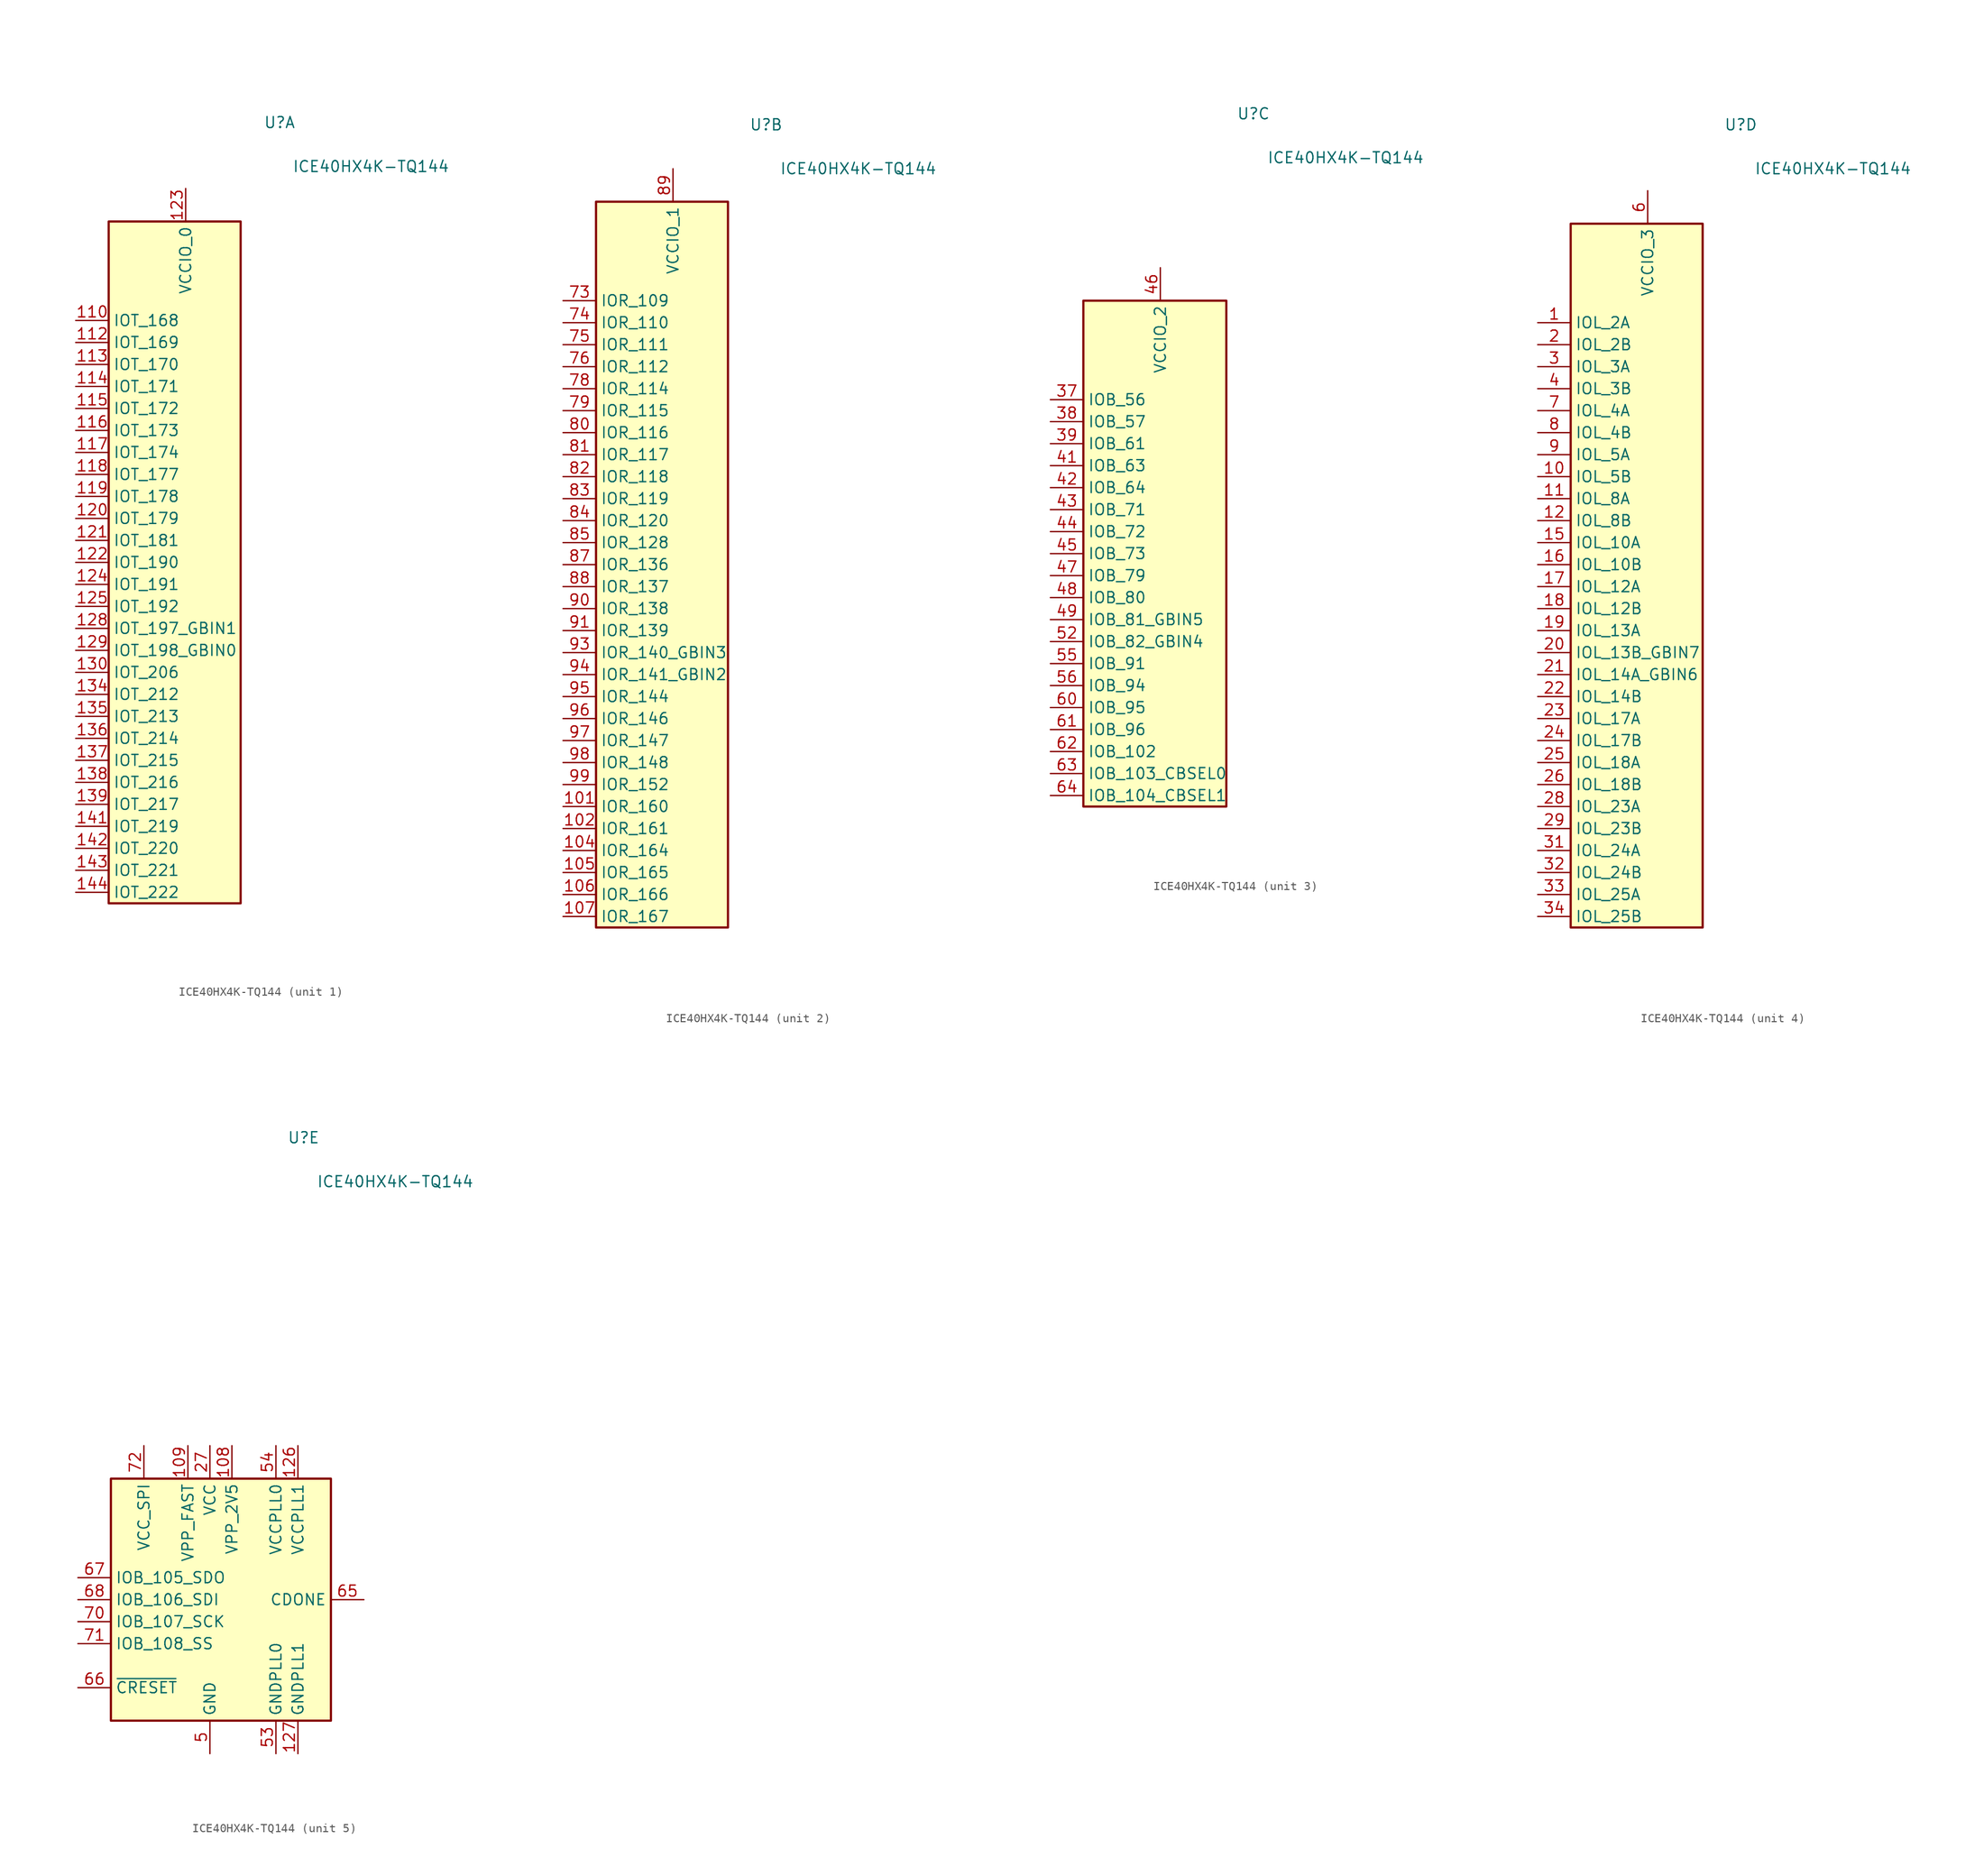
<source format=kicad_sym>
(kicad_symbol_lib
  (version 20211014)
  (generator kicad_symbol_editor)
  (symbol "ICE40HX4K-TQ144"
    (property "Reference" "U"
      (at 12.7 53.34 0)
      (effects (font (size 1.27 1.27)) (justify right)))
    (property "Value" "ICE40HX4K-TQ144"
      (at 30.48 48.26 0)
      (effects (font (size 1.27 1.27)) (justify right)))
    (property "ki_locked" ""
      (at 0 0 0)
      (effects (font (size 1.27 1.27))))
    (symbol "ICE40HX4K-TQ144_1_1"
      (rectangle (start -8.89 41.91) (end 6.35 -36.83) (stroke (width 0.254) (type default) (color 0 0 0 0)) (fill (type background)))
      (pin bidirectional line (at -12.7 30.48 0) (length 3.81) (name "IOT_168" (effects (font (size 1.27 1.27)))) (number "110" (effects (font (size 1.27 1.27)))))
      (pin bidirectional line (at -12.7 27.94 0) (length 3.81) (name "IOT_169" (effects (font (size 1.27 1.27)))) (number "112" (effects (font (size 1.27 1.27)))))
      (pin bidirectional line (at -12.7 25.4 0) (length 3.81) (name "IOT_170" (effects (font (size 1.27 1.27)))) (number "113" (effects (font (size 1.27 1.27)))))
      (pin bidirectional line (at -12.7 22.86 0) (length 3.81) (name "IOT_171" (effects (font (size 1.27 1.27)))) (number "114" (effects (font (size 1.27 1.27)))))
      (pin bidirectional line (at -12.7 20.32 0) (length 3.81) (name "IOT_172" (effects (font (size 1.27 1.27)))) (number "115" (effects (font (size 1.27 1.27)))))
      (pin bidirectional line (at -12.7 17.78 0) (length 3.81) (name "IOT_173" (effects (font (size 1.27 1.27)))) (number "116" (effects (font (size 1.27 1.27)))))
      (pin bidirectional line (at -12.7 15.24 0) (length 3.81) (name "IOT_174" (effects (font (size 1.27 1.27)))) (number "117" (effects (font (size 1.27 1.27)))))
      (pin bidirectional line (at -12.7 12.7 0) (length 3.81) (name "IOT_177" (effects (font (size 1.27 1.27)))) (number "118" (effects (font (size 1.27 1.27)))))
      (pin bidirectional line (at -12.7 10.16 0) (length 3.81) (name "IOT_178" (effects (font (size 1.27 1.27)))) (number "119" (effects (font (size 1.27 1.27)))))
      (pin bidirectional line (at -12.7 7.62 0) (length 3.81) (name "IOT_179" (effects (font (size 1.27 1.27)))) (number "120" (effects (font (size 1.27 1.27)))))
      (pin bidirectional line (at -12.7 5.08 0) (length 3.81) (name "IOT_181" (effects (font (size 1.27 1.27)))) (number "121" (effects (font (size 1.27 1.27)))))
      (pin bidirectional line (at -12.7 2.54 0) (length 3.81) (name "IOT_190" (effects (font (size 1.27 1.27)))) (number "122" (effects (font (size 1.27 1.27)))))
      (pin power_in line (at 0 45.72 270) (length 3.81) (name "VCCIO_0" (effects (font (size 1.27 1.27)))) (number "123" (effects (font (size 1.27 1.27)))))
      (pin bidirectional line (at -12.7 0 0) (length 3.81) (name "IOT_191" (effects (font (size 1.27 1.27)))) (number "124" (effects (font (size 1.27 1.27)))))
      (pin bidirectional line (at -12.7 -2.54 0) (length 3.81) (name "IOT_192" (effects (font (size 1.27 1.27)))) (number "125" (effects (font (size 1.27 1.27)))))
      (pin bidirectional line (at -12.7 -5.08 0) (length 3.81) (name "IOT_197_GBIN1" (effects (font (size 1.27 1.27)))) (number "128" (effects (font (size 1.27 1.27)))))
      (pin bidirectional line (at -12.7 -7.62 0) (length 3.81) (name "IOT_198_GBIN0" (effects (font (size 1.27 1.27)))) (number "129" (effects (font (size 1.27 1.27)))))
      (pin bidirectional line (at -12.7 -10.16 0) (length 3.81) (name "IOT_206" (effects (font (size 1.27 1.27)))) (number "130" (effects (font (size 1.27 1.27)))))
      (pin passive line (at 0 45.72 270) (length 3.81) hide (name "VCCIO_0" (effects (font (size 1.27 1.27)))) (number "131" (effects (font (size 1.27 1.27)))))
      (pin bidirectional line (at -12.7 -12.7 0) (length 3.81) (name "IOT_212" (effects (font (size 1.27 1.27)))) (number "134" (effects (font (size 1.27 1.27)))))
      (pin bidirectional line (at -12.7 -15.24 0) (length 3.81) (name "IOT_213" (effects (font (size 1.27 1.27)))) (number "135" (effects (font (size 1.27 1.27)))))
      (pin bidirectional line (at -12.7 -17.78 0) (length 3.81) (name "IOT_214" (effects (font (size 1.27 1.27)))) (number "136" (effects (font (size 1.27 1.27)))))
      (pin bidirectional line (at -12.7 -20.32 0) (length 3.81) (name "IOT_215" (effects (font (size 1.27 1.27)))) (number "137" (effects (font (size 1.27 1.27)))))
      (pin bidirectional line (at -12.7 -22.86 0) (length 3.81) (name "IOT_216" (effects (font (size 1.27 1.27)))) (number "138" (effects (font (size 1.27 1.27)))))
      (pin bidirectional line (at -12.7 -25.4 0) (length 3.81) (name "IOT_217" (effects (font (size 1.27 1.27)))) (number "139" (effects (font (size 1.27 1.27)))))
      (pin bidirectional line (at -12.7 -27.94 0) (length 3.81) (name "IOT_219" (effects (font (size 1.27 1.27)))) (number "141" (effects (font (size 1.27 1.27)))))
      (pin bidirectional line (at -12.7 -30.48 0) (length 3.81) (name "IOT_220" (effects (font (size 1.27 1.27)))) (number "142" (effects (font (size 1.27 1.27)))))
      (pin bidirectional line (at -12.7 -33.02 0) (length 3.81) (name "IOT_221" (effects (font (size 1.27 1.27)))) (number "143" (effects (font (size 1.27 1.27)))))
      (pin bidirectional line (at -12.7 -35.56 0) (length 3.81) (name "IOT_222" (effects (font (size 1.27 1.27)))) (number "144" (effects (font (size 1.27 1.27))))))
    (symbol "ICE40HX4K-TQ144_2_1"
      (rectangle (start -8.89 44.45) (end 6.35 -39.37) (stroke (width 0.254) (type default) (color 0 0 0 0)) (fill (type background)))
      (pin passive line (at 0 48.26 270) (length 3.81) hide (name "VCCIO_1" (effects (font (size 1.27 1.27)))) (number "100" (effects (font (size 1.27 1.27)))))
      (pin bidirectional line (at -12.7 -25.4 0) (length 3.81) (name "IOR_160" (effects (font (size 1.27 1.27)))) (number "101" (effects (font (size 1.27 1.27)))))
      (pin bidirectional line (at -12.7 -27.94 0) (length 3.81) (name "IOR_161" (effects (font (size 1.27 1.27)))) (number "102" (effects (font (size 1.27 1.27)))))
      (pin bidirectional line (at -12.7 -30.48 0) (length 3.81) (name "IOR_164" (effects (font (size 1.27 1.27)))) (number "104" (effects (font (size 1.27 1.27)))))
      (pin bidirectional line (at -12.7 -33.02 0) (length 3.81) (name "IOR_165" (effects (font (size 1.27 1.27)))) (number "105" (effects (font (size 1.27 1.27)))))
      (pin bidirectional line (at -12.7 -35.56 0) (length 3.81) (name "IOR_166" (effects (font (size 1.27 1.27)))) (number "106" (effects (font (size 1.27 1.27)))))
      (pin bidirectional line (at -12.7 -38.1 0) (length 3.81) (name "IOR_167" (effects (font (size 1.27 1.27)))) (number "107" (effects (font (size 1.27 1.27)))))
      (pin bidirectional line (at -12.7 33.02 0) (length 3.81) (name "IOR_109" (effects (font (size 1.27 1.27)))) (number "73" (effects (font (size 1.27 1.27)))))
      (pin bidirectional line (at -12.7 30.48 0) (length 3.81) (name "IOR_110" (effects (font (size 1.27 1.27)))) (number "74" (effects (font (size 1.27 1.27)))))
      (pin bidirectional line (at -12.7 27.94 0) (length 3.81) (name "IOR_111" (effects (font (size 1.27 1.27)))) (number "75" (effects (font (size 1.27 1.27)))))
      (pin bidirectional line (at -12.7 25.4 0) (length 3.81) (name "IOR_112" (effects (font (size 1.27 1.27)))) (number "76" (effects (font (size 1.27 1.27)))))
      (pin bidirectional line (at -12.7 22.86 0) (length 3.81) (name "IOR_114" (effects (font (size 1.27 1.27)))) (number "78" (effects (font (size 1.27 1.27)))))
      (pin bidirectional line (at -12.7 20.32 0) (length 3.81) (name "IOR_115" (effects (font (size 1.27 1.27)))) (number "79" (effects (font (size 1.27 1.27)))))
      (pin bidirectional line (at -12.7 17.78 0) (length 3.81) (name "IOR_116" (effects (font (size 1.27 1.27)))) (number "80" (effects (font (size 1.27 1.27)))))
      (pin bidirectional line (at -12.7 15.24 0) (length 3.81) (name "IOR_117" (effects (font (size 1.27 1.27)))) (number "81" (effects (font (size 1.27 1.27)))))
      (pin bidirectional line (at -12.7 12.7 0) (length 3.81) (name "IOR_118" (effects (font (size 1.27 1.27)))) (number "82" (effects (font (size 1.27 1.27)))))
      (pin bidirectional line (at -12.7 10.16 0) (length 3.81) (name "IOR_119" (effects (font (size 1.27 1.27)))) (number "83" (effects (font (size 1.27 1.27)))))
      (pin bidirectional line (at -12.7 7.62 0) (length 3.81) (name "IOR_120" (effects (font (size 1.27 1.27)))) (number "84" (effects (font (size 1.27 1.27)))))
      (pin bidirectional line (at -12.7 5.08 0) (length 3.81) (name "IOR_128" (effects (font (size 1.27 1.27)))) (number "85" (effects (font (size 1.27 1.27)))))
      (pin bidirectional line (at -12.7 2.54 0) (length 3.81) (name "IOR_136" (effects (font (size 1.27 1.27)))) (number "87" (effects (font (size 1.27 1.27)))))
      (pin bidirectional line (at -12.7 0 0) (length 3.81) (name "IOR_137" (effects (font (size 1.27 1.27)))) (number "88" (effects (font (size 1.27 1.27)))))
      (pin power_in line (at 0 48.26 270) (length 3.81) (name "VCCIO_1" (effects (font (size 1.27 1.27)))) (number "89" (effects (font (size 1.27 1.27)))))
      (pin bidirectional line (at -12.7 -2.54 0) (length 3.81) (name "IOR_138" (effects (font (size 1.27 1.27)))) (number "90" (effects (font (size 1.27 1.27)))))
      (pin bidirectional line (at -12.7 -5.08 0) (length 3.81) (name "IOR_139" (effects (font (size 1.27 1.27)))) (number "91" (effects (font (size 1.27 1.27)))))
      (pin bidirectional line (at -12.7 -7.62 0) (length 3.81) (name "IOR_140_GBIN3" (effects (font (size 1.27 1.27)))) (number "93" (effects (font (size 1.27 1.27)))))
      (pin bidirectional line (at -12.7 -10.16 0) (length 3.81) (name "IOR_141_GBIN2" (effects (font (size 1.27 1.27)))) (number "94" (effects (font (size 1.27 1.27)))))
      (pin bidirectional line (at -12.7 -12.7 0) (length 3.81) (name "IOR_144" (effects (font (size 1.27 1.27)))) (number "95" (effects (font (size 1.27 1.27)))))
      (pin bidirectional line (at -12.7 -15.24 0) (length 3.81) (name "IOR_146" (effects (font (size 1.27 1.27)))) (number "96" (effects (font (size 1.27 1.27)))))
      (pin bidirectional line (at -12.7 -17.78 0) (length 3.81) (name "IOR_147" (effects (font (size 1.27 1.27)))) (number "97" (effects (font (size 1.27 1.27)))))
      (pin bidirectional line (at -12.7 -20.32 0) (length 3.81) (name "IOR_148" (effects (font (size 1.27 1.27)))) (number "98" (effects (font (size 1.27 1.27)))))
      (pin bidirectional line (at -12.7 -22.86 0) (length 3.81) (name "IOR_152" (effects (font (size 1.27 1.27)))) (number "99" (effects (font (size 1.27 1.27))))))
    (symbol "ICE40HX4K-TQ144_3_1"
      (rectangle (start -8.89 31.75) (end 7.62 -26.67) (stroke (width 0.254) (type default) (color 0 0 0 0)) (fill (type background)))
      (pin bidirectional line (at -12.7 20.32 0) (length 3.81) (name "IOB_56" (effects (font (size 1.27 1.27)))) (number "37" (effects (font (size 1.27 1.27)))))
      (pin bidirectional line (at -12.7 17.78 0) (length 3.81) (name "IOB_57" (effects (font (size 1.27 1.27)))) (number "38" (effects (font (size 1.27 1.27)))))
      (pin bidirectional line (at -12.7 15.24 0) (length 3.81) (name "IOB_61" (effects (font (size 1.27 1.27)))) (number "39" (effects (font (size 1.27 1.27)))))
      (pin bidirectional line (at -12.7 12.7 0) (length 3.81) (name "IOB_63" (effects (font (size 1.27 1.27)))) (number "41" (effects (font (size 1.27 1.27)))))
      (pin bidirectional line (at -12.7 10.16 0) (length 3.81) (name "IOB_64" (effects (font (size 1.27 1.27)))) (number "42" (effects (font (size 1.27 1.27)))))
      (pin bidirectional line (at -12.7 7.62 0) (length 3.81) (name "IOB_71" (effects (font (size 1.27 1.27)))) (number "43" (effects (font (size 1.27 1.27)))))
      (pin bidirectional line (at -12.7 5.08 0) (length 3.81) (name "IOB_72" (effects (font (size 1.27 1.27)))) (number "44" (effects (font (size 1.27 1.27)))))
      (pin bidirectional line (at -12.7 2.54 0) (length 3.81) (name "IOB_73" (effects (font (size 1.27 1.27)))) (number "45" (effects (font (size 1.27 1.27)))))
      (pin power_in line (at 0 35.56 270) (length 3.81) (name "VCCIO_2" (effects (font (size 1.27 1.27)))) (number "46" (effects (font (size 1.27 1.27)))))
      (pin bidirectional line (at -12.7 0 0) (length 3.81) (name "IOB_79" (effects (font (size 1.27 1.27)))) (number "47" (effects (font (size 1.27 1.27)))))
      (pin bidirectional line (at -12.7 -2.54 0) (length 3.81) (name "IOB_80" (effects (font (size 1.27 1.27)))) (number "48" (effects (font (size 1.27 1.27)))))
      (pin bidirectional line (at -12.7 -5.08 0) (length 3.81) (name "IOB_81_GBIN5" (effects (font (size 1.27 1.27)))) (number "49" (effects (font (size 1.27 1.27)))))
      (pin bidirectional line (at -12.7 -7.62 0) (length 3.81) (name "IOB_82_GBIN4" (effects (font (size 1.27 1.27)))) (number "52" (effects (font (size 1.27 1.27)))))
      (pin bidirectional line (at -12.7 -10.16 0) (length 3.81) (name "IOB_91" (effects (font (size 1.27 1.27)))) (number "55" (effects (font (size 1.27 1.27)))))
      (pin bidirectional line (at -12.7 -12.7 0) (length 3.81) (name "IOB_94" (effects (font (size 1.27 1.27)))) (number "56" (effects (font (size 1.27 1.27)))))
      (pin passive line (at 0 35.56 270) (length 3.81) hide (name "VCCIO_2" (effects (font (size 1.27 1.27)))) (number "57" (effects (font (size 1.27 1.27)))))
      (pin bidirectional line (at -12.7 -15.24 0) (length 3.81) (name "IOB_95" (effects (font (size 1.27 1.27)))) (number "60" (effects (font (size 1.27 1.27)))))
      (pin bidirectional line (at -12.7 -17.78 0) (length 3.81) (name "IOB_96" (effects (font (size 1.27 1.27)))) (number "61" (effects (font (size 1.27 1.27)))))
      (pin bidirectional line (at -12.7 -20.32 0) (length 3.81) (name "IOB_102" (effects (font (size 1.27 1.27)))) (number "62" (effects (font (size 1.27 1.27)))))
      (pin bidirectional line (at -12.7 -22.86 0) (length 3.81) (name "IOB_103_CBSEL0" (effects (font (size 1.27 1.27)))) (number "63" (effects (font (size 1.27 1.27)))))
      (pin bidirectional line (at -12.7 -25.4 0) (length 3.81) (name "IOB_104_CBSEL1" (effects (font (size 1.27 1.27)))) (number "64" (effects (font (size 1.27 1.27))))))
    (symbol "ICE40HX4K-TQ144_4_1"
      (rectangle (start -8.89 41.91) (end 6.35 -39.37) (stroke (width 0.254) (type default) (color 0 0 0 0)) (fill (type background)))
      (pin bidirectional line (at -12.7 30.48 0) (length 3.81) (name "IOL_2A" (effects (font (size 1.27 1.27)))) (number "1" (effects (font (size 1.27 1.27)))))
      (pin bidirectional line (at -12.7 12.7 0) (length 3.81) (name "IOL_5B" (effects (font (size 1.27 1.27)))) (number "10" (effects (font (size 1.27 1.27)))))
      (pin bidirectional line (at -12.7 10.16 0) (length 3.81) (name "IOL_8A" (effects (font (size 1.27 1.27)))) (number "11" (effects (font (size 1.27 1.27)))))
      (pin bidirectional line (at -12.7 7.62 0) (length 3.81) (name "IOL_8B" (effects (font (size 1.27 1.27)))) (number "12" (effects (font (size 1.27 1.27)))))
      (pin bidirectional line (at -12.7 5.08 0) (length 3.81) (name "IOL_10A" (effects (font (size 1.27 1.27)))) (number "15" (effects (font (size 1.27 1.27)))))
      (pin bidirectional line (at -12.7 2.54 0) (length 3.81) (name "IOL_10B" (effects (font (size 1.27 1.27)))) (number "16" (effects (font (size 1.27 1.27)))))
      (pin bidirectional line (at -12.7 0 0) (length 3.81) (name "IOL_12A" (effects (font (size 1.27 1.27)))) (number "17" (effects (font (size 1.27 1.27)))))
      (pin bidirectional line (at -12.7 -2.54 0) (length 3.81) (name "IOL_12B" (effects (font (size 1.27 1.27)))) (number "18" (effects (font (size 1.27 1.27)))))
      (pin bidirectional line (at -12.7 -5.08 0) (length 3.81) (name "IOL_13A" (effects (font (size 1.27 1.27)))) (number "19" (effects (font (size 1.27 1.27)))))
      (pin bidirectional line (at -12.7 27.94 0) (length 3.81) (name "IOL_2B" (effects (font (size 1.27 1.27)))) (number "2" (effects (font (size 1.27 1.27)))))
      (pin bidirectional line (at -12.7 -7.62 0) (length 3.81) (name "IOL_13B_GBIN7" (effects (font (size 1.27 1.27)))) (number "20" (effects (font (size 1.27 1.27)))))
      (pin bidirectional line (at -12.7 -10.16 0) (length 3.81) (name "IOL_14A_GBIN6" (effects (font (size 1.27 1.27)))) (number "21" (effects (font (size 1.27 1.27)))))
      (pin bidirectional line (at -12.7 -12.7 0) (length 3.81) (name "IOL_14B" (effects (font (size 1.27 1.27)))) (number "22" (effects (font (size 1.27 1.27)))))
      (pin bidirectional line (at -12.7 -15.24 0) (length 3.81) (name "IOL_17A" (effects (font (size 1.27 1.27)))) (number "23" (effects (font (size 1.27 1.27)))))
      (pin bidirectional line (at -12.7 -17.78 0) (length 3.81) (name "IOL_17B" (effects (font (size 1.27 1.27)))) (number "24" (effects (font (size 1.27 1.27)))))
      (pin bidirectional line (at -12.7 -20.32 0) (length 3.81) (name "IOL_18A" (effects (font (size 1.27 1.27)))) (number "25" (effects (font (size 1.27 1.27)))))
      (pin bidirectional line (at -12.7 -22.86 0) (length 3.81) (name "IOL_18B" (effects (font (size 1.27 1.27)))) (number "26" (effects (font (size 1.27 1.27)))))
      (pin bidirectional line (at -12.7 -25.4 0) (length 3.81) (name "IOL_23A" (effects (font (size 1.27 1.27)))) (number "28" (effects (font (size 1.27 1.27)))))
      (pin bidirectional line (at -12.7 -27.94 0) (length 3.81) (name "IOL_23B" (effects (font (size 1.27 1.27)))) (number "29" (effects (font (size 1.27 1.27)))))
      (pin bidirectional line (at -12.7 25.4 0) (length 3.81) (name "IOL_3A" (effects (font (size 1.27 1.27)))) (number "3" (effects (font (size 1.27 1.27)))))
      (pin passive line (at 0 45.72 270) (length 3.81) hide (name "VCCIO_3" (effects (font (size 1.27 1.27)))) (number "30" (effects (font (size 1.27 1.27)))))
      (pin bidirectional line (at -12.7 -30.48 0) (length 3.81) (name "IOL_24A" (effects (font (size 1.27 1.27)))) (number "31" (effects (font (size 1.27 1.27)))))
      (pin bidirectional line (at -12.7 -33.02 0) (length 3.81) (name "IOL_24B" (effects (font (size 1.27 1.27)))) (number "32" (effects (font (size 1.27 1.27)))))
      (pin bidirectional line (at -12.7 -35.56 0) (length 3.81) (name "IOL_25A" (effects (font (size 1.27 1.27)))) (number "33" (effects (font (size 1.27 1.27)))))
      (pin bidirectional line (at -12.7 -38.1 0) (length 3.81) (name "IOL_25B" (effects (font (size 1.27 1.27)))) (number "34" (effects (font (size 1.27 1.27)))))
      (pin bidirectional line (at -12.7 22.86 0) (length 3.81) (name "IOL_3B" (effects (font (size 1.27 1.27)))) (number "4" (effects (font (size 1.27 1.27)))))
      (pin power_in line (at 0 45.72 270) (length 3.81) (name "VCCIO_3" (effects (font (size 1.27 1.27)))) (number "6" (effects (font (size 1.27 1.27)))))
      (pin bidirectional line (at -12.7 20.32 0) (length 3.81) (name "IOL_4A" (effects (font (size 1.27 1.27)))) (number "7" (effects (font (size 1.27 1.27)))))
      (pin bidirectional line (at -12.7 17.78 0) (length 3.81) (name "IOL_4B" (effects (font (size 1.27 1.27)))) (number "8" (effects (font (size 1.27 1.27)))))
      (pin bidirectional line (at -12.7 15.24 0) (length 3.81) (name "IOL_5A" (effects (font (size 1.27 1.27)))) (number "9" (effects (font (size 1.27 1.27))))))
    (symbol "ICE40HX4K-TQ144_5_1"
      (rectangle (start -11.43 13.97) (end 13.97 -13.97) (stroke (width 0.254) (type default) (color 0 0 0 0)) (fill (type background)))
      (pin passive line (at 0 -17.78 90) (length 3.81) hide (name "GND" (effects (font (size 1.27 1.27)))) (number "103" (effects (font (size 1.27 1.27)))))
      (pin power_in line (at 2.54 17.78 270) (length 3.81) (name "VPP_2V5" (effects (font (size 1.27 1.27)))) (number "108" (effects (font (size 1.27 1.27)))))
      (pin power_in line (at -2.54 17.78 270) (length 3.81) (name "VPP_FAST" (effects (font (size 1.27 1.27)))) (number "109" (effects (font (size 1.27 1.27)))))
      (pin passive line (at 0 17.78 270) (length 3.81) hide (name "VCC" (effects (font (size 1.27 1.27)))) (number "111" (effects (font (size 1.27 1.27)))))
      (pin power_in line (at 10.16 17.78 270) (length 3.81) (name "VCCPLL1" (effects (font (size 1.27 1.27)))) (number "126" (effects (font (size 1.27 1.27)))))
      (pin power_in line (at 10.16 -17.78 90) (length 3.81) (name "GNDPLL1" (effects (font (size 1.27 1.27)))) (number "127" (effects (font (size 1.27 1.27)))))
      (pin passive line (at 0 -17.78 90) (length 3.81) hide (name "GND" (effects (font (size 1.27 1.27)))) (number "13" (effects (font (size 1.27 1.27)))))
      (pin passive line (at 0 -17.78 90) (length 3.81) hide (name "GND" (effects (font (size 1.27 1.27)))) (number "132" (effects (font (size 1.27 1.27)))))
      (pin no_connect line (at 12.7 -10.16 180) (length 3.81) hide (name "NC" (effects (font (size 1.27 1.27)))) (number "133" (effects (font (size 1.27 1.27)))))
      (pin passive line (at 0 -17.78 90) (length 3.81) hide (name "GND" (effects (font (size 1.27 1.27)))) (number "14" (effects (font (size 1.27 1.27)))))
      (pin passive line (at 0 -17.78 90) (length 3.81) hide (name "GND" (effects (font (size 1.27 1.27)))) (number "140" (effects (font (size 1.27 1.27)))))
      (pin power_in line (at 0 17.78 270) (length 3.81) (name "VCC" (effects (font (size 1.27 1.27)))) (number "27" (effects (font (size 1.27 1.27)))))
      (pin no_connect line (at 12.7 5.08 180) (length 3.81) hide (name "NC" (effects (font (size 1.27 1.27)))) (number "35" (effects (font (size 1.27 1.27)))))
      (pin no_connect line (at 12.7 2.54 180) (length 3.81) hide (name "NC" (effects (font (size 1.27 1.27)))) (number "36" (effects (font (size 1.27 1.27)))))
      (pin passive line (at 0 17.78 270) (length 3.81) hide (name "VCC" (effects (font (size 1.27 1.27)))) (number "40" (effects (font (size 1.27 1.27)))))
      (pin power_in line (at 0 -17.78 90) (length 3.81) (name "GND" (effects (font (size 1.27 1.27)))) (number "5" (effects (font (size 1.27 1.27)))))
      (pin no_connect line (at 12.7 -2.54 180) (length 3.81) hide (name "NC" (effects (font (size 1.27 1.27)))) (number "50" (effects (font (size 1.27 1.27)))))
      (pin no_connect line (at 12.7 -5.08 180) (length 3.81) hide (name "NC" (effects (font (size 1.27 1.27)))) (number "51" (effects (font (size 1.27 1.27)))))
      (pin power_in line (at 7.62 -17.78 90) (length 3.81) (name "GNDPLL0" (effects (font (size 1.27 1.27)))) (number "53" (effects (font (size 1.27 1.27)))))
      (pin power_in line (at 7.62 17.78 270) (length 3.81) (name "VCCPLL0" (effects (font (size 1.27 1.27)))) (number "54" (effects (font (size 1.27 1.27)))))
      (pin no_connect line (at 12.7 -7.62 180) (length 3.81) hide (name "NC" (effects (font (size 1.27 1.27)))) (number "58" (effects (font (size 1.27 1.27)))))
      (pin passive line (at 0 -17.78 90) (length 3.81) hide (name "GND" (effects (font (size 1.27 1.27)))) (number "59" (effects (font (size 1.27 1.27)))))
      (pin open_collector line (at 17.78 0 180) (length 3.81) (name "CDONE" (effects (font (size 1.27 1.27)))) (number "65" (effects (font (size 1.27 1.27)))))
      (pin input line (at -15.24 -10.16 0) (length 3.81) (name "~{CRESET}" (effects (font (size 1.27 1.27)))) (number "66" (effects (font (size 1.27 1.27)))))
      (pin bidirectional line (at -15.24 2.54 0) (length 3.81) (name "IOB_105_SDO" (effects (font (size 1.27 1.27)))) (number "67" (effects (font (size 1.27 1.27)))))
      (pin bidirectional line (at -15.24 0 0) (length 3.81) (name "IOB_106_SDI" (effects (font (size 1.27 1.27)))) (number "68" (effects (font (size 1.27 1.27)))))
      (pin passive line (at 0 -17.78 90) (length 3.81) hide (name "GND" (effects (font (size 1.27 1.27)))) (number "69" (effects (font (size 1.27 1.27)))))
      (pin bidirectional line (at -15.24 -2.54 0) (length 3.81) (name "IOB_107_SCK" (effects (font (size 1.27 1.27)))) (number "70" (effects (font (size 1.27 1.27)))))
      (pin bidirectional line (at -15.24 -5.08 0) (length 3.81) (name "IOB_108_SS" (effects (font (size 1.27 1.27)))) (number "71" (effects (font (size 1.27 1.27)))))
      (pin power_in line (at -7.62 17.78 270) (length 3.81) (name "VCC_SPI" (effects (font (size 1.27 1.27)))) (number "72" (effects (font (size 1.27 1.27)))))
      (pin no_connect line (at 12.7 7.62 180) (length 3.81) hide (name "NC" (effects (font (size 1.27 1.27)))) (number "77" (effects (font (size 1.27 1.27)))))
      (pin passive line (at 0 -17.78 90) (length 3.81) hide (name "GND" (effects (font (size 1.27 1.27)))) (number "86" (effects (font (size 1.27 1.27)))))
      (pin passive line (at 0 17.78 270) (length 3.81) hide (name "VCC" (effects (font (size 1.27 1.27)))) (number "92" (effects (font (size 1.27 1.27))))))))
</source>
